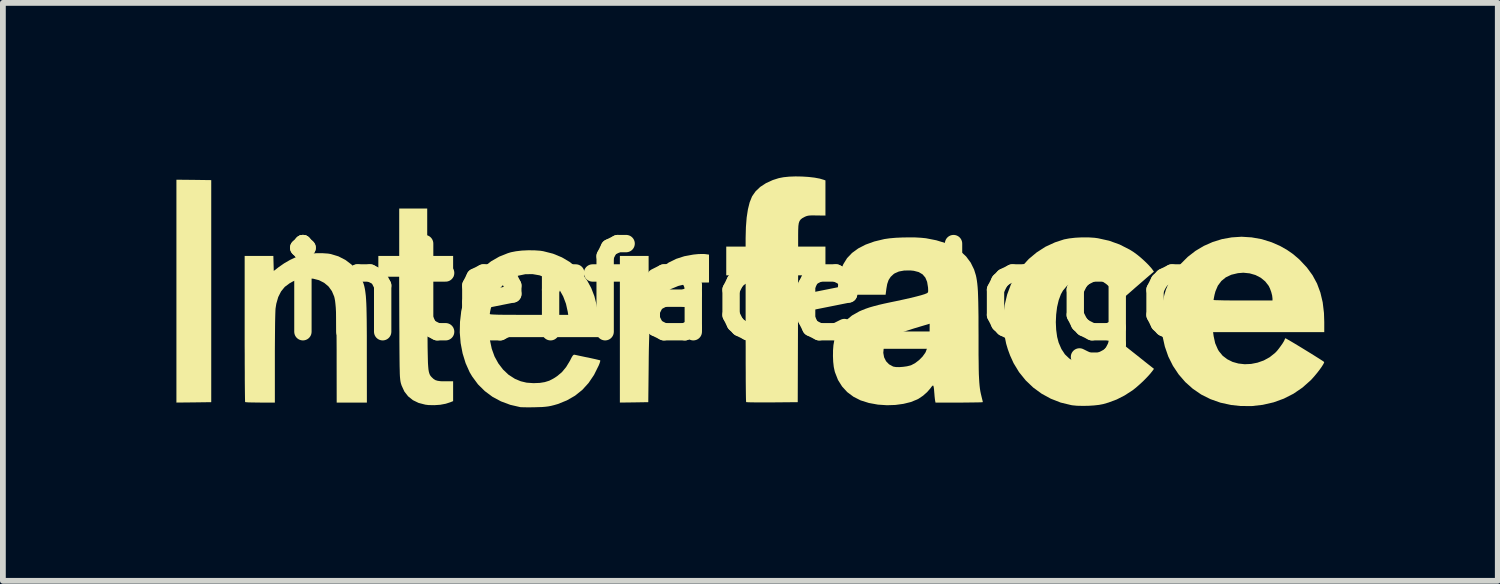
<source format=kicad_pcb>
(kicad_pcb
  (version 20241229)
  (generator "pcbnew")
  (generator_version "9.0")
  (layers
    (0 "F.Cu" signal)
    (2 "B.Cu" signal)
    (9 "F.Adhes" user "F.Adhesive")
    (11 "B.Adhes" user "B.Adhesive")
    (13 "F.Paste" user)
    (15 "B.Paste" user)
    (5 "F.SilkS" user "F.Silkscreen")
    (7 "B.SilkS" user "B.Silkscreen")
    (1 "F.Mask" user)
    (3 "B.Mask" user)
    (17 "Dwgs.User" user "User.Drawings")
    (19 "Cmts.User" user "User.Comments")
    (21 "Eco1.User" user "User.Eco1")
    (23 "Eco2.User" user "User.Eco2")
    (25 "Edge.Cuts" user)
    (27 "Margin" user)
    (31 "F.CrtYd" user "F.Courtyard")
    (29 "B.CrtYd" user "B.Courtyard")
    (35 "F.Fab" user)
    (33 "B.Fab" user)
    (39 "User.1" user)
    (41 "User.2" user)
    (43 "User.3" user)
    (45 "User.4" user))
  (footprint "interface_logo"
    (layer "F.Cu")
    (at 9.916 1.996)
    (property "Reference" "interface_logo" (at 0 0 0) (layer "F.SilkS") (effects (font (size 1.524 1.524) (thickness 0.3))))
    (attr board_only exclude_from_pos_files exclude_from_bom)
    (fp_poly (pts (xy -9.615 -1.936) (xy -9.314 -1.932) (xy -9.314 1.907) (xy -9.615 1.911) (xy -9.916 1.914) (xy -9.916 -1.939)) (stroke (width 0) (type solid)) (fill yes) (layer "F.SilkS"))
    (fp_poly (pts (xy -0.787 -0.654) (xy -0.774 -0.653) (xy -0.708 -0.644) (xy -0.708 -0.162) (xy -0.817 -0.161) (xy -0.917 -0.157) (xy -1.025 -0.146) (xy -1.131 -0.128) (xy -1.225 -0.106) (xy -1.243 -0.101) (xy -1.363 -0.051) (xy -1.467 0.017) (xy -1.554 0.103) (xy -1.625 0.208) (xy -1.678 0.33) (xy -1.682 0.342) (xy -1.695 0.384) (xy -1.706 0.425) (xy -1.715 0.467) (xy -1.723 0.513) (xy -1.729 0.565) (xy -1.735 0.626) (xy -1.739 0.697) (xy -1.742 0.782) (xy -1.745 0.882) (xy -1.748 1.001) (xy -1.75 1.14) (xy -1.751 1.268) (xy -1.758 1.907) (xy -2.004 1.911) (xy -2.249 1.914) (xy -2.249 -0.621) (xy -1.752 -0.621) (xy -1.752 -0.22) (xy -1.65 -0.318) (xy -1.527 -0.425) (xy -1.403 -0.508) (xy -1.274 -0.571) (xy -1.135 -0.616) (xy -0.983 -0.644) (xy -0.957 -0.647) (xy -0.896 -0.653) (xy -0.836 -0.655)) (stroke (width 0) (type solid)) (fill yes) (layer "F.SilkS"))
    (fp_poly (pts (xy -5.58 -0.621) (xy -5.132 -0.621) (xy -5.132 -0.261) (xy -5.581 -0.261) (xy -5.577 0.525) (xy -5.575 0.694) (xy -5.574 0.84) (xy -5.573 0.965) (xy -5.571 1.07) (xy -5.569 1.158) (xy -5.567 1.231) (xy -5.563 1.29) (xy -5.559 1.337) (xy -5.553 1.374) (xy -5.546 1.402) (xy -5.538 1.425) (xy -5.529 1.443) (xy -5.518 1.458) (xy -5.505 1.473) (xy -5.504 1.474) (xy -5.471 1.505) (xy -5.438 1.526) (xy -5.398 1.538) (xy -5.346 1.545) (xy -5.275 1.546) (xy -5.266 1.546) (xy -5.132 1.546) (xy -5.132 1.889) (xy -5.179 1.908) (xy -5.259 1.934) (xy -5.355 1.952) (xy -5.457 1.959) (xy -5.558 1.957) (xy -5.613 1.95) (xy -5.729 1.92) (xy -5.828 1.872) (xy -5.91 1.806) (xy -5.975 1.723) (xy -6.022 1.621) (xy -6.035 1.581) (xy -6.039 1.564) (xy -6.043 1.544) (xy -6.046 1.522) (xy -6.049 1.493) (xy -6.052 1.458) (xy -6.054 1.413) (xy -6.055 1.358) (xy -6.057 1.289) (xy -6.058 1.206) (xy -6.059 1.106) (xy -6.06 0.988) (xy -6.061 0.849) (xy -6.061 0.688) (xy -6.062 0.618) (xy -6.065 -0.261) (xy -6.425 -0.261) (xy -6.425 -0.621) (xy -6.064 -0.621) (xy -6.064 -1.441) (xy -5.58 -1.441)) (stroke (width 0) (type solid)) (fill yes) (layer "F.SilkS"))
    (fp_poly (pts (xy 0.9 -1.994) (xy 1.012 -1.987) (xy 1.116 -1.975) (xy 1.207 -1.958) (xy 1.274 -1.938) (xy 1.305 -1.927) (xy 1.305 -1.319) (xy 1.153 -1.321) (xy 1.087 -1.322) (xy 1.04 -1.321) (xy 1.006 -1.317) (xy 0.978 -1.31) (xy 0.951 -1.299) (xy 0.938 -1.292) (xy 0.903 -1.273) (xy 0.876 -1.251) (xy 0.857 -1.224) (xy 0.844 -1.188) (xy 0.837 -1.139) (xy 0.834 -1.072) (xy 0.833 -0.985) (xy 0.833 -0.979) (xy 0.833 -0.783) (xy 1.305 -0.783) (xy 1.305 -0.286) (xy 0.833 -0.286) (xy 0.826 1.907) (xy 0.384 1.911) (xy 0.282 1.911) (xy 0.187 1.911) (xy 0.104 1.911) (xy 0.034 1.91) (xy -0.02 1.909) (xy -0.054 1.907) (xy -0.066 1.906) (xy -0.067 1.892) (xy -0.069 1.856) (xy -0.07 1.798) (xy -0.071 1.721) (xy -0.072 1.626) (xy -0.073 1.515) (xy -0.073 1.39) (xy -0.074 1.253) (xy -0.074 1.105) (xy -0.074 0.949) (xy -0.075 0.806) (xy -0.075 -0.286) (xy -0.41 -0.286) (xy -0.41 -0.783) (xy -0.075 -0.783) (xy -0.075 -0.93) (xy -0.07 -1.119) (xy -0.057 -1.285) (xy -0.035 -1.428) (xy -0.005 -1.548) (xy 0.034 -1.645) (xy 0.039 -1.655) (xy 0.098 -1.739) (xy 0.178 -1.815) (xy 0.278 -1.88) (xy 0.394 -1.933) (xy 0.498 -1.966) (xy 0.58 -1.982) (xy 0.679 -1.992) (xy 0.787 -1.996)) (stroke (width 0) (type solid)) (fill yes) (layer "F.SilkS"))
    (fp_poly (pts (xy -7.383 -0.668) (xy -7.295 -0.662) (xy -7.247 -0.654) (xy -7.115 -0.614) (xy -6.996 -0.553) (xy -6.891 -0.474) (xy -6.802 -0.378) (xy -6.731 -0.266) (xy -6.68 -0.141) (xy -6.668 -0.098) (xy -6.66 -0.062) (xy -6.653 -0.023) (xy -6.647 0.021) (xy -6.641 0.071) (xy -6.637 0.129) (xy -6.633 0.198) (xy -6.63 0.278) (xy -6.628 0.373) (xy -6.626 0.483) (xy -6.625 0.611) (xy -6.624 0.759) (xy -6.624 0.928) (xy -6.624 1.072) (xy -6.623 1.914) (xy -7.145 1.914) (xy -7.146 1.19) (xy -7.146 0.997) (xy -7.147 0.827) (xy -7.148 0.679) (xy -7.151 0.551) (xy -7.153 0.441) (xy -7.157 0.348) (xy -7.161 0.27) (xy -7.167 0.206) (xy -7.173 0.154) (xy -7.181 0.112) (xy -7.188 0.082) (xy -7.228 -0.013) (xy -7.286 -0.093) (xy -7.361 -0.156) (xy -7.451 -0.202) (xy -7.553 -0.228) (xy -7.667 -0.234) (xy -7.677 -0.233) (xy -7.762 -0.225) (xy -7.832 -0.209) (xy -7.899 -0.182) (xy -7.961 -0.147) (xy -8.043 -0.086) (xy -8.107 -0.007) (xy -8.156 0.09) (xy -8.189 0.205) (xy -8.202 0.287) (xy -8.204 0.318) (xy -8.206 0.372) (xy -8.208 0.445) (xy -8.21 0.536) (xy -8.211 0.641) (xy -8.212 0.759) (xy -8.213 0.886) (xy -8.214 1.02) (xy -8.214 1.153) (xy -8.214 1.914) (xy -8.467 1.914) (xy -8.544 1.913) (xy -8.612 1.912) (xy -8.668 1.911) (xy -8.707 1.908) (xy -8.726 1.906) (xy -8.728 1.905) (xy -8.729 1.892) (xy -8.73 1.856) (xy -8.731 1.798) (xy -8.732 1.72) (xy -8.733 1.624) (xy -8.734 1.511) (xy -8.734 1.384) (xy -8.735 1.243) (xy -8.735 1.091) (xy -8.736 0.929) (xy -8.736 0.759) (xy -8.736 0.638) (xy -8.736 -0.621) (xy -8.24 -0.621) (xy -8.233 -0.362) (xy -8.146 -0.429) (xy -8.054 -0.493) (xy -7.952 -0.552) (xy -7.848 -0.601) (xy -7.754 -0.634) (xy -7.676 -0.651) (xy -7.582 -0.663) (xy -7.482 -0.669)) (stroke (width 0) (type solid)) (fill yes) (layer "F.SilkS"))
    (fp_poly (pts (xy 5.851 -0.942) (xy 5.957 -0.935) (xy 6.016 -0.927) (xy 6.21 -0.884) (xy 6.391 -0.819) (xy 6.562 -0.732) (xy 6.634 -0.687) (xy 6.694 -0.643) (xy 6.76 -0.589) (xy 6.826 -0.529) (xy 6.886 -0.47) (xy 6.935 -0.416) (xy 6.956 -0.389) (xy 6.984 -0.35) (xy 6.856 -0.241) (xy 6.8 -0.192) (xy 6.732 -0.133) (xy 6.66 -0.071) (xy 6.592 -0.011) (xy 6.569 0.009) (xy 6.516 0.055) (xy 6.469 0.095) (xy 6.432 0.125) (xy 6.408 0.144) (xy 6.4 0.149) (xy 6.39 0.139) (xy 6.371 0.113) (xy 6.347 0.075) (xy 6.343 0.067) (xy 6.294 -0.003) (xy 6.232 -0.072) (xy 6.163 -0.133) (xy 6.096 -0.179) (xy 6.074 -0.19) (xy 5.969 -0.228) (xy 5.862 -0.243) (xy 5.756 -0.237) (xy 5.655 -0.211) (xy 5.562 -0.166) (xy 5.48 -0.103) (xy 5.412 -0.023) (xy 5.376 0.041) (xy 5.338 0.143) (xy 5.31 0.262) (xy 5.294 0.391) (xy 5.288 0.524) (xy 5.294 0.655) (xy 5.311 0.779) (xy 5.337 0.878) (xy 5.385 0.989) (xy 5.445 1.08) (xy 5.519 1.151) (xy 5.608 1.205) (xy 5.642 1.219) (xy 5.758 1.251) (xy 5.872 1.259) (xy 5.983 1.245) (xy 6.087 1.21) (xy 6.182 1.153) (xy 6.266 1.077) (xy 6.335 0.982) (xy 6.351 0.953) (xy 6.372 0.914) (xy 6.39 0.885) (xy 6.401 0.873) (xy 6.402 0.873) (xy 6.414 0.881) (xy 6.442 0.903) (xy 6.482 0.933) (xy 6.531 0.971) (xy 6.551 0.987) (xy 6.617 1.04) (xy 6.694 1.1) (xy 6.77 1.161) (xy 6.838 1.215) (xy 6.985 1.331) (xy 6.958 1.368) (xy 6.918 1.418) (xy 6.864 1.477) (xy 6.802 1.54) (xy 6.735 1.602) (xy 6.671 1.658) (xy 6.615 1.702) (xy 6.477 1.791) (xy 6.34 1.861) (xy 6.197 1.914) (xy 6.108 1.94) (xy 6.035 1.954) (xy 5.945 1.964) (xy 5.846 1.97) (xy 5.746 1.971) (xy 5.653 1.969) (xy 5.573 1.961) (xy 5.555 1.958) (xy 5.372 1.914) (xy 5.201 1.847) (xy 5.042 1.76) (xy 4.897 1.654) (xy 4.767 1.53) (xy 4.653 1.389) (xy 4.558 1.233) (xy 4.498 1.101) (xy 4.459 0.995) (xy 4.43 0.898) (xy 4.41 0.8) (xy 4.398 0.695) (xy 4.391 0.575) (xy 4.39 0.553) (xy 4.388 0.455) (xy 4.389 0.376) (xy 4.393 0.31) (xy 4.4 0.251) (xy 4.403 0.23) (xy 4.447 0.045) (xy 4.512 -0.129) (xy 4.597 -0.29) (xy 4.7 -0.437) (xy 4.821 -0.569) (xy 4.958 -0.683) (xy 5.109 -0.78) (xy 5.274 -0.856) (xy 5.43 -0.907) (xy 5.519 -0.924) (xy 5.624 -0.936) (xy 5.737 -0.942)) (stroke (width 0) (type solid)) (fill yes) (layer "F.SilkS"))
    (fp_poly (pts (xy 8.674 -0.942) (xy 8.848 -0.911) (xy 9.02 -0.857) (xy 9.162 -0.795) (xy 9.283 -0.727) (xy 9.391 -0.652) (xy 9.497 -0.561) (xy 9.509 -0.549) (xy 9.628 -0.422) (xy 9.726 -0.288) (xy 9.804 -0.144) (xy 9.862 0.012) (xy 9.902 0.181) (xy 9.924 0.365) (xy 9.929 0.519) (xy 9.929 0.696) (xy 8.007 0.696) (xy 8.017 0.769) (xy 8.043 0.888) (xy 8.089 0.994) (xy 8.108 1.026) (xy 8.172 1.104) (xy 8.252 1.165) (xy 8.344 1.211) (xy 8.445 1.239) (xy 8.553 1.251) (xy 8.664 1.246) (xy 8.775 1.224) (xy 8.883 1.186) (xy 8.985 1.13) (xy 9.077 1.057) (xy 9.082 1.052) (xy 9.111 1.022) (xy 9.144 0.981) (xy 9.177 0.936) (xy 9.208 0.892) (xy 9.231 0.854) (xy 9.244 0.828) (xy 9.245 0.822) (xy 9.254 0.804) (xy 9.257 0.802) (xy 9.268 0.807) (xy 9.298 0.824) (xy 9.343 0.85) (xy 9.399 0.883) (xy 9.464 0.922) (xy 9.535 0.965) (xy 9.608 1.01) (xy 9.68 1.054) (xy 9.749 1.097) (xy 9.811 1.136) (xy 9.863 1.169) (xy 9.902 1.194) (xy 9.924 1.21) (xy 9.927 1.213) (xy 9.925 1.226) (xy 9.91 1.255) (xy 9.884 1.296) (xy 9.85 1.344) (xy 9.81 1.396) (xy 9.767 1.448) (xy 9.725 1.496) (xy 9.693 1.53) (xy 9.552 1.655) (xy 9.397 1.761) (xy 9.23 1.846) (xy 9.053 1.91) (xy 8.866 1.953) (xy 8.673 1.975) (xy 8.475 1.973) (xy 8.32 1.956) (xy 8.135 1.916) (xy 7.962 1.855) (xy 7.802 1.775) (xy 7.656 1.675) (xy 7.526 1.559) (xy 7.411 1.426) (xy 7.313 1.279) (xy 7.233 1.119) (xy 7.173 0.946) (xy 7.132 0.763) (xy 7.112 0.57) (xy 7.112 0.429) (xy 7.121 0.29) (xy 7.138 0.166) (xy 7.144 0.14) (xy 8.015 0.14) (xy 8.027 0.142) (xy 8.062 0.144) (xy 8.115 0.145) (xy 8.186 0.147) (xy 8.272 0.148) (xy 8.369 0.149) (xy 8.475 0.149) (xy 8.525 0.149) (xy 9.034 0.149) (xy 9.034 0.115) (xy 9.028 0.063) (xy 9.012 0.001) (xy 8.989 -0.061) (xy 8.968 -0.104) (xy 8.908 -0.181) (xy 8.831 -0.244) (xy 8.74 -0.291) (xy 8.639 -0.32) (xy 8.53 -0.331) (xy 8.435 -0.323) (xy 8.322 -0.296) (xy 8.227 -0.251) (xy 8.15 -0.188) (xy 8.09 -0.108) (xy 8.048 -0.01) (xy 8.033 0.046) (xy 8.024 0.09) (xy 8.018 0.123) (xy 8.015 0.14) (xy 8.015 0.14) (xy 7.144 0.14) (xy 7.165 0.049) (xy 7.191 -0.037) (xy 7.259 -0.201) (xy 7.346 -0.351) (xy 7.45 -0.486) (xy 7.569 -0.605) (xy 7.702 -0.708) (xy 7.846 -0.794) (xy 8 -0.862) (xy 8.161 -0.912) (xy 8.329 -0.942) (xy 8.5 -0.953)) (stroke (width 0) (type solid)) (fill yes) (layer "F.SilkS"))
    (fp_poly (pts (xy -3.725 -0.718) (xy -3.625 -0.711) (xy -3.574 -0.703) (xy -3.405 -0.66) (xy -3.252 -0.597) (xy -3.113 -0.515) (xy -2.99 -0.413) (xy -2.898 -0.312) (xy -2.813 -0.193) (xy -2.744 -0.065) (xy -2.69 0.074) (xy -2.651 0.227) (xy -2.626 0.397) (xy -2.614 0.575) (xy -2.606 0.783) (xy -4.502 0.783) (xy -4.494 0.843) (xy -4.464 0.984) (xy -4.416 1.117) (xy -4.35 1.237) (xy -4.269 1.343) (xy -4.175 1.432) (xy -4.068 1.501) (xy -4.061 1.505) (xy -3.962 1.546) (xy -3.861 1.57) (xy -3.747 1.578) (xy -3.735 1.578) (xy -3.633 1.574) (xy -3.547 1.56) (xy -3.47 1.536) (xy -3.395 1.497) (xy -3.335 1.458) (xy -3.251 1.388) (xy -3.178 1.3) (xy -3.112 1.191) (xy -3.105 1.177) (xy -3.081 1.13) (xy -3.063 1.102) (xy -3.049 1.089) (xy -3.035 1.086) (xy -3.029 1.088) (xy -3.008 1.092) (xy -2.967 1.101) (xy -2.911 1.113) (xy -2.845 1.127) (xy -2.798 1.136) (xy -2.73 1.151) (xy -2.671 1.164) (xy -2.625 1.175) (xy -2.596 1.182) (xy -2.588 1.185) (xy -2.589 1.199) (xy -2.598 1.23) (xy -2.614 1.271) (xy -2.617 1.277) (xy -2.696 1.436) (xy -2.79 1.575) (xy -2.899 1.695) (xy -3.024 1.795) (xy -3.165 1.876) (xy -3.321 1.939) (xy -3.387 1.958) (xy -3.439 1.971) (xy -3.486 1.98) (xy -3.534 1.986) (xy -3.591 1.991) (xy -3.662 1.993) (xy -3.722 1.995) (xy -3.795 1.996) (xy -3.861 1.996) (xy -3.916 1.995) (xy -3.955 1.994) (xy -3.97 1.993) (xy -4.144 1.953) (xy -4.305 1.893) (xy -4.452 1.814) (xy -4.585 1.715) (xy -4.702 1.599) (xy -4.801 1.465) (xy -4.846 1.39) (xy -4.916 1.233) (xy -4.968 1.064) (xy -5.002 0.886) (xy -5.017 0.703) (xy -5.013 0.518) (xy -4.997 0.382) (xy -4.498 0.382) (xy -4.494 0.386) (xy -4.478 0.389) (xy -4.45 0.391) (xy -4.408 0.393) (xy -4.35 0.395) (xy -4.275 0.396) (xy -4.182 0.397) (xy -4.067 0.397) (xy -3.931 0.398) (xy -3.82 0.398) (xy -3.142 0.398) (xy -3.15 0.345) (xy -3.181 0.206) (xy -3.229 0.079) (xy -3.291 -0.032) (xy -3.368 -0.127) (xy -3.457 -0.203) (xy -3.521 -0.241) (xy -3.638 -0.286) (xy -3.76 -0.307) (xy -3.885 -0.305) (xy -4.009 -0.279) (xy -4.111 -0.239) (xy -4.182 -0.196) (xy -4.254 -0.135) (xy -4.321 -0.062) (xy -4.377 0.015) (xy -4.403 0.062) (xy -4.423 0.11) (xy -4.444 0.169) (xy -4.464 0.232) (xy -4.482 0.293) (xy -4.493 0.345) (xy -4.498 0.381) (xy -4.498 0.382) (xy -4.997 0.382) (xy -4.992 0.335) (xy -4.952 0.158) (xy -4.894 -0.009) (xy -4.818 -0.164) (xy -4.807 -0.182) (xy -4.714 -0.312) (xy -4.603 -0.428) (xy -4.476 -0.528) (xy -4.335 -0.609) (xy -4.185 -0.669) (xy -4.132 -0.685) (xy -4.045 -0.702) (xy -3.943 -0.714) (xy -3.834 -0.719)) (stroke (width 0) (type solid)) (fill yes) (layer "F.SilkS"))
    (fp_poly (pts (xy 2.86 -0.941) (xy 2.962 -0.935) (xy 3.042 -0.927) (xy 3.221 -0.892) (xy 3.381 -0.843) (xy 3.52 -0.78) (xy 3.639 -0.703) (xy 3.737 -0.612) (xy 3.816 -0.506) (xy 3.875 -0.386) (xy 3.906 -0.286) (xy 3.915 -0.244) (xy 3.923 -0.197) (xy 3.93 -0.144) (xy 3.936 -0.083) (xy 3.941 -0.01) (xy 3.944 0.074) (xy 3.947 0.174) (xy 3.949 0.29) (xy 3.951 0.424) (xy 3.951 0.579) (xy 3.952 0.757) (xy 3.952 0.777) (xy 3.952 0.946) (xy 3.952 1.093) (xy 3.954 1.22) (xy 3.955 1.328) (xy 3.957 1.42) (xy 3.961 1.499) (xy 3.965 1.566) (xy 3.97 1.623) (xy 3.976 1.674) (xy 3.983 1.719) (xy 3.992 1.762) (xy 4.002 1.804) (xy 4.013 1.849) (xy 4.022 1.885) (xy 4.026 1.905) (xy 4.026 1.906) (xy 4.014 1.908) (xy 3.98 1.91) (xy 3.927 1.911) (xy 3.858 1.912) (xy 3.776 1.913) (xy 3.683 1.914) (xy 3.617 1.914) (xy 3.208 1.914) (xy 3.201 1.88) (xy 3.197 1.851) (xy 3.192 1.806) (xy 3.188 1.754) (xy 3.187 1.746) (xy 3.182 1.682) (xy 3.176 1.641) (xy 3.169 1.621) (xy 3.159 1.62) (xy 3.143 1.636) (xy 3.12 1.666) (xy 3.119 1.669) (xy 3.063 1.733) (xy 2.993 1.795) (xy 2.916 1.847) (xy 2.889 1.861) (xy 2.78 1.905) (xy 2.654 1.936) (xy 2.516 1.955) (xy 2.37 1.96) (xy 2.221 1.95) (xy 2.215 1.95) (xy 2.056 1.921) (xy 1.913 1.876) (xy 1.789 1.813) (xy 1.682 1.733) (xy 1.593 1.636) (xy 1.522 1.523) (xy 1.471 1.393) (xy 1.465 1.373) (xy 1.449 1.298) (xy 1.439 1.208) (xy 1.435 1.11) (xy 1.436 1.054) (xy 2.305 1.054) (xy 2.319 1.131) (xy 2.353 1.199) (xy 2.405 1.253) (xy 2.473 1.29) (xy 2.483 1.293) (xy 2.525 1.3) (xy 2.583 1.301) (xy 2.649 1.296) (xy 2.714 1.287) (xy 2.771 1.273) (xy 2.787 1.268) (xy 2.854 1.233) (xy 2.922 1.181) (xy 2.983 1.12) (xy 3.029 1.056) (xy 3.038 1.04) (xy 3.074 0.943) (xy 3.097 0.828) (xy 3.106 0.697) (xy 3.106 0.676) (xy 3.107 0.551) (xy 2.843 0.63) (xy 2.714 0.671) (xy 2.608 0.708) (xy 2.522 0.744) (xy 2.454 0.78) (xy 2.402 0.817) (xy 2.363 0.856) (xy 2.335 0.9) (xy 2.317 0.949) (xy 2.313 0.968) (xy 2.305 1.054) (xy 1.436 1.054) (xy 1.436 1.013) (xy 1.443 0.923) (xy 1.456 0.849) (xy 1.457 0.845) (xy 1.505 0.714) (xy 1.572 0.597) (xy 1.659 0.495) (xy 1.765 0.408) (xy 1.891 0.337) (xy 1.942 0.315) (xy 2.003 0.291) (xy 2.067 0.269) (xy 2.14 0.248) (xy 2.223 0.226) (xy 2.322 0.203) (xy 2.439 0.178) (xy 2.517 0.162) (xy 2.652 0.133) (xy 2.772 0.106) (xy 2.874 0.081) (xy 2.957 0.059) (xy 3.019 0.04) (xy 3.058 0.024) (xy 3.06 0.023) (xy 3.073 0.014) (xy 3.08 -0.001) (xy 3.081 -0.027) (xy 3.079 -0.071) (xy 3.078 -0.081) (xy 3.063 -0.173) (xy 3.032 -0.247) (xy 2.984 -0.303) (xy 2.918 -0.342) (xy 2.834 -0.364) (xy 2.777 -0.37) (xy 2.667 -0.369) (xy 2.575 -0.352) (xy 2.502 -0.32) (xy 2.482 -0.306) (xy 2.433 -0.26) (xy 2.397 -0.205) (xy 2.373 -0.136) (xy 2.359 -0.057) (xy 2.345 0.05) (xy 1.512 0.05) (xy 1.52 -0.074) (xy 1.532 -0.197) (xy 1.552 -0.303) (xy 1.58 -0.397) (xy 1.615 -0.48) (xy 1.679 -0.583) (xy 1.765 -0.673) (xy 1.872 -0.751) (xy 2 -0.817) (xy 2.15 -0.871) (xy 2.32 -0.912) (xy 2.332 -0.914) (xy 2.416 -0.926) (xy 2.519 -0.935) (xy 2.632 -0.94) (xy 2.748 -0.942)) (stroke (width 0) (type solid)) (fill yes) (layer "F.SilkS")))
  (gr_rect
    (start -3 -3)
    (end 22.845 6.992)
    (stroke (width 0.1) (type default))
    (fill no)
    (layer "Edge.Cuts")))
</source>
